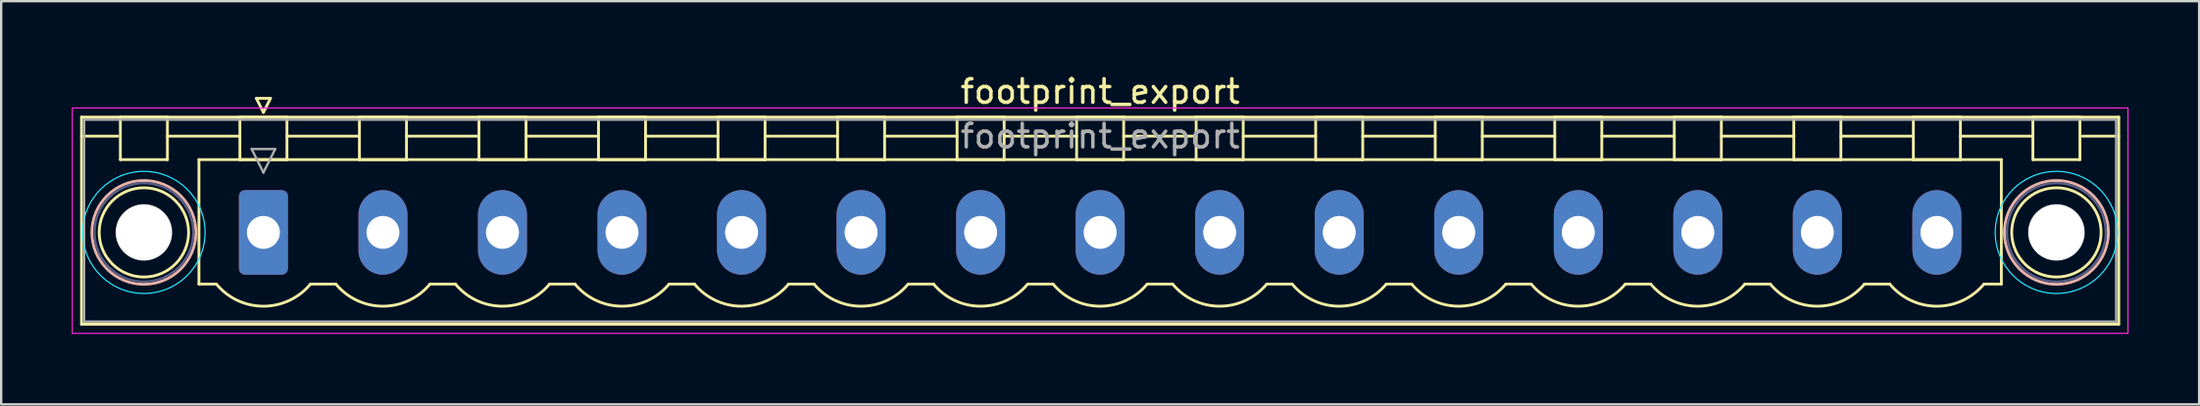
<source format=kicad_pcb>
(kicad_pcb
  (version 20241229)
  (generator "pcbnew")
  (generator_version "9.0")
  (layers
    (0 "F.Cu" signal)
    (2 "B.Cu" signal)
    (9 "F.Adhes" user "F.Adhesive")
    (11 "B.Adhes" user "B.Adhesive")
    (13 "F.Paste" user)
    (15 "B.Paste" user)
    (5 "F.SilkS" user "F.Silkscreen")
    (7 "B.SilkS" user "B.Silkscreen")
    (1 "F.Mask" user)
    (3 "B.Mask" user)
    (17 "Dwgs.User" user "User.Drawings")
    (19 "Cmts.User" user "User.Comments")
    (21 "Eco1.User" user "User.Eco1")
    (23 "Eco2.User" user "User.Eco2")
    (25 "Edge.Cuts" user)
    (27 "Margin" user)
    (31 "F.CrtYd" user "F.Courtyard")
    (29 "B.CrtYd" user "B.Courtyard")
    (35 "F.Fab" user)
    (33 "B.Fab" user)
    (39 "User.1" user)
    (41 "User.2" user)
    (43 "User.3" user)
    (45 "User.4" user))
  (footprint "footprint_export"
    (layer "F.Cu")
    (at 8.145 6.848)
    (property "Reference" "footprint_export" (at 35.56 -6 0) (layer "F.SilkS") (effects (font (size 1 1) (thickness 0.15))))
    (attr through_hole)
    (fp_line (start -7.73 -4.91) (end -7.73 3.91) (stroke (width 0.12) (type solid)) (layer "F.SilkS"))
    (fp_line (start -7.73 -4.1) (end -6.19 -4.1) (stroke (width 0.12) (type solid)) (layer "F.SilkS"))
    (fp_line (start -7.73 3.91) (end 78.85 3.91) (stroke (width 0.12) (type solid)) (layer "F.SilkS"))
    (fp_line (start -6.08 -4.91) (end -4.08 -4.91) (stroke (width 0.12) (type solid)) (layer "F.SilkS"))
    (fp_line (start -6.08 -3.1) (end -6.08 -4.91) (stroke (width 0.12) (type solid)) (layer "F.SilkS"))
    (fp_line (start -4.08 -4.91) (end -4.08 -3.1) (stroke (width 0.12) (type solid)) (layer "F.SilkS"))
    (fp_line (start -4.08 -4.1) (end -1 -4.1) (stroke (width 0.12) (type solid)) (layer "F.SilkS"))
    (fp_line (start -4.08 -3.1) (end -6.08 -3.1) (stroke (width 0.12) (type solid)) (layer "F.SilkS"))
    (fp_line (start -2.74 -3.1) (end 73.86 -3.1) (stroke (width 0.12) (type solid)) (layer "F.SilkS"))
    (fp_line (start -2.74 2.2) (end -2.74 -3.1) (stroke (width 0.12) (type solid)) (layer "F.SilkS"))
    (fp_line (start -2 2.2) (end -2.74 2.2) (stroke (width 0.12) (type solid)) (layer "F.SilkS"))
    (fp_line (start -1 -4.91) (end 1 -4.91) (stroke (width 0.12) (type solid)) (layer "F.SilkS"))
    (fp_line (start -1 -3.1) (end -1 -4.91) (stroke (width 0.12) (type solid)) (layer "F.SilkS"))
    (fp_line (start -0.3 -5.71) (end 0.3 -5.71) (stroke (width 0.12) (type solid)) (layer "F.SilkS"))
    (fp_line (start 0 -5.11) (end -0.3 -5.71) (stroke (width 0.12) (type solid)) (layer "F.SilkS"))
    (fp_line (start 0.3 -5.71) (end 0 -5.11) (stroke (width 0.12) (type solid)) (layer "F.SilkS"))
    (fp_line (start 1 -4.91) (end 1 -3.1) (stroke (width 0.12) (type solid)) (layer "F.SilkS"))
    (fp_line (start 1 -4.1) (end 4.08 -4.1) (stroke (width 0.12) (type solid)) (layer "F.SilkS"))
    (fp_line (start 1 -3.1) (end -1 -3.1) (stroke (width 0.12) (type solid)) (layer "F.SilkS"))
    (fp_line (start 2 2.2) (end 3.08 2.2) (stroke (width 0.12) (type solid)) (layer "F.SilkS"))
    (fp_line (start 4.08 -4.91) (end 6.08 -4.91) (stroke (width 0.12) (type solid)) (layer "F.SilkS"))
    (fp_line (start 4.08 -3.1) (end 4.08 -4.91) (stroke (width 0.12) (type solid)) (layer "F.SilkS"))
    (fp_line (start 6.08 -4.91) (end 6.08 -3.1) (stroke (width 0.12) (type solid)) (layer "F.SilkS"))
    (fp_line (start 6.08 -4.1) (end 9.16 -4.1) (stroke (width 0.12) (type solid)) (layer "F.SilkS"))
    (fp_line (start 6.08 -3.1) (end 4.08 -3.1) (stroke (width 0.12) (type solid)) (layer "F.SilkS"))
    (fp_line (start 7.08 2.2) (end 8.16 2.2) (stroke (width 0.12) (type solid)) (layer "F.SilkS"))
    (fp_line (start 9.16 -4.91) (end 11.16 -4.91) (stroke (width 0.12) (type solid)) (layer "F.SilkS"))
    (fp_line (start 9.16 -3.1) (end 9.16 -4.91) (stroke (width 0.12) (type solid)) (layer "F.SilkS"))
    (fp_line (start 11.16 -4.91) (end 11.16 -3.1) (stroke (width 0.12) (type solid)) (layer "F.SilkS"))
    (fp_line (start 11.16 -4.1) (end 14.24 -4.1) (stroke (width 0.12) (type solid)) (layer "F.SilkS"))
    (fp_line (start 11.16 -3.1) (end 9.16 -3.1) (stroke (width 0.12) (type solid)) (layer "F.SilkS"))
    (fp_line (start 12.16 2.2) (end 13.24 2.2) (stroke (width 0.12) (type solid)) (layer "F.SilkS"))
    (fp_line (start 14.24 -4.91) (end 16.24 -4.91) (stroke (width 0.12) (type solid)) (layer "F.SilkS"))
    (fp_line (start 14.24 -3.1) (end 14.24 -4.91) (stroke (width 0.12) (type solid)) (layer "F.SilkS"))
    (fp_line (start 16.24 -4.91) (end 16.24 -3.1) (stroke (width 0.12) (type solid)) (layer "F.SilkS"))
    (fp_line (start 16.24 -4.1) (end 19.32 -4.1) (stroke (width 0.12) (type solid)) (layer "F.SilkS"))
    (fp_line (start 16.24 -3.1) (end 14.24 -3.1) (stroke (width 0.12) (type solid)) (layer "F.SilkS"))
    (fp_line (start 17.24 2.2) (end 18.32 2.2) (stroke (width 0.12) (type solid)) (layer "F.SilkS"))
    (fp_line (start 19.32 -4.91) (end 21.32 -4.91) (stroke (width 0.12) (type solid)) (layer "F.SilkS"))
    (fp_line (start 19.32 -3.1) (end 19.32 -4.91) (stroke (width 0.12) (type solid)) (layer "F.SilkS"))
    (fp_line (start 21.32 -4.91) (end 21.32 -3.1) (stroke (width 0.12) (type solid)) (layer "F.SilkS"))
    (fp_line (start 21.32 -4.1) (end 24.4 -4.1) (stroke (width 0.12) (type solid)) (layer "F.SilkS"))
    (fp_line (start 21.32 -3.1) (end 19.32 -3.1) (stroke (width 0.12) (type solid)) (layer "F.SilkS"))
    (fp_line (start 22.32 2.2) (end 23.4 2.2) (stroke (width 0.12) (type solid)) (layer "F.SilkS"))
    (fp_line (start 24.4 -4.91) (end 26.4 -4.91) (stroke (width 0.12) (type solid)) (layer "F.SilkS"))
    (fp_line (start 24.4 -3.1) (end 24.4 -4.91) (stroke (width 0.12) (type solid)) (layer "F.SilkS"))
    (fp_line (start 26.4 -4.91) (end 26.4 -3.1) (stroke (width 0.12) (type solid)) (layer "F.SilkS"))
    (fp_line (start 26.4 -4.1) (end 29.48 -4.1) (stroke (width 0.12) (type solid)) (layer "F.SilkS"))
    (fp_line (start 26.4 -3.1) (end 24.4 -3.1) (stroke (width 0.12) (type solid)) (layer "F.SilkS"))
    (fp_line (start 27.4 2.2) (end 28.48 2.2) (stroke (width 0.12) (type solid)) (layer "F.SilkS"))
    (fp_line (start 29.48 -4.91) (end 31.48 -4.91) (stroke (width 0.12) (type solid)) (layer "F.SilkS"))
    (fp_line (start 29.48 -3.1) (end 29.48 -4.91) (stroke (width 0.12) (type solid)) (layer "F.SilkS"))
    (fp_line (start 31.48 -4.91) (end 31.48 -3.1) (stroke (width 0.12) (type solid)) (layer "F.SilkS"))
    (fp_line (start 31.48 -4.1) (end 34.56 -4.1) (stroke (width 0.12) (type solid)) (layer "F.SilkS"))
    (fp_line (start 31.48 -3.1) (end 29.48 -3.1) (stroke (width 0.12) (type solid)) (layer "F.SilkS"))
    (fp_line (start 32.48 2.2) (end 33.56 2.2) (stroke (width 0.12) (type solid)) (layer "F.SilkS"))
    (fp_line (start 34.56 -4.91) (end 36.56 -4.91) (stroke (width 0.12) (type solid)) (layer "F.SilkS"))
    (fp_line (start 34.56 -3.1) (end 34.56 -4.91) (stroke (width 0.12) (type solid)) (layer "F.SilkS"))
    (fp_line (start 36.56 -4.91) (end 36.56 -3.1) (stroke (width 0.12) (type solid)) (layer "F.SilkS"))
    (fp_line (start 36.56 -4.1) (end 39.64 -4.1) (stroke (width 0.12) (type solid)) (layer "F.SilkS"))
    (fp_line (start 36.56 -3.1) (end 34.56 -3.1) (stroke (width 0.12) (type solid)) (layer "F.SilkS"))
    (fp_line (start 37.56 2.2) (end 38.64 2.2) (stroke (width 0.12) (type solid)) (layer "F.SilkS"))
    (fp_line (start 39.64 -4.91) (end 41.64 -4.91) (stroke (width 0.12) (type solid)) (layer "F.SilkS"))
    (fp_line (start 39.64 -3.1) (end 39.64 -4.91) (stroke (width 0.12) (type solid)) (layer "F.SilkS"))
    (fp_line (start 41.64 -4.91) (end 41.64 -3.1) (stroke (width 0.12) (type solid)) (layer "F.SilkS"))
    (fp_line (start 41.64 -4.1) (end 44.72 -4.1) (stroke (width 0.12) (type solid)) (layer "F.SilkS"))
    (fp_line (start 41.64 -3.1) (end 39.64 -3.1) (stroke (width 0.12) (type solid)) (layer "F.SilkS"))
    (fp_line (start 42.64 2.2) (end 43.72 2.2) (stroke (width 0.12) (type solid)) (layer "F.SilkS"))
    (fp_line (start 44.72 -4.91) (end 46.72 -4.91) (stroke (width 0.12) (type solid)) (layer "F.SilkS"))
    (fp_line (start 44.72 -3.1) (end 44.72 -4.91) (stroke (width 0.12) (type solid)) (layer "F.SilkS"))
    (fp_line (start 46.72 -4.91) (end 46.72 -3.1) (stroke (width 0.12) (type solid)) (layer "F.SilkS"))
    (fp_line (start 46.72 -4.1) (end 49.8 -4.1) (stroke (width 0.12) (type solid)) (layer "F.SilkS"))
    (fp_line (start 46.72 -3.1) (end 44.72 -3.1) (stroke (width 0.12) (type solid)) (layer "F.SilkS"))
    (fp_line (start 47.72 2.2) (end 48.8 2.2) (stroke (width 0.12) (type solid)) (layer "F.SilkS"))
    (fp_line (start 49.8 -4.91) (end 51.8 -4.91) (stroke (width 0.12) (type solid)) (layer "F.SilkS"))
    (fp_line (start 49.8 -3.1) (end 49.8 -4.91) (stroke (width 0.12) (type solid)) (layer "F.SilkS"))
    (fp_line (start 51.8 -4.91) (end 51.8 -3.1) (stroke (width 0.12) (type solid)) (layer "F.SilkS"))
    (fp_line (start 51.8 -4.1) (end 54.88 -4.1) (stroke (width 0.12) (type solid)) (layer "F.SilkS"))
    (fp_line (start 51.8 -3.1) (end 49.8 -3.1) (stroke (width 0.12) (type solid)) (layer "F.SilkS"))
    (fp_line (start 52.8 2.2) (end 53.88 2.2) (stroke (width 0.12) (type solid)) (layer "F.SilkS"))
    (fp_line (start 54.88 -4.91) (end 56.88 -4.91) (stroke (width 0.12) (type solid)) (layer "F.SilkS"))
    (fp_line (start 54.88 -3.1) (end 54.88 -4.91) (stroke (width 0.12) (type solid)) (layer "F.SilkS"))
    (fp_line (start 56.88 -4.91) (end 56.88 -3.1) (stroke (width 0.12) (type solid)) (layer "F.SilkS"))
    (fp_line (start 56.88 -4.1) (end 59.96 -4.1) (stroke (width 0.12) (type solid)) (layer "F.SilkS"))
    (fp_line (start 56.88 -3.1) (end 54.88 -3.1) (stroke (width 0.12) (type solid)) (layer "F.SilkS"))
    (fp_line (start 57.88 2.2) (end 58.96 2.2) (stroke (width 0.12) (type solid)) (layer "F.SilkS"))
    (fp_line (start 59.96 -4.91) (end 61.96 -4.91) (stroke (width 0.12) (type solid)) (layer "F.SilkS"))
    (fp_line (start 59.96 -3.1) (end 59.96 -4.91) (stroke (width 0.12) (type solid)) (layer "F.SilkS"))
    (fp_line (start 61.96 -4.91) (end 61.96 -3.1) (stroke (width 0.12) (type solid)) (layer "F.SilkS"))
    (fp_line (start 61.96 -4.1) (end 65.04 -4.1) (stroke (width 0.12) (type solid)) (layer "F.SilkS"))
    (fp_line (start 61.96 -3.1) (end 59.96 -3.1) (stroke (width 0.12) (type solid)) (layer "F.SilkS"))
    (fp_line (start 62.96 2.2) (end 64.04 2.2) (stroke (width 0.12) (type solid)) (layer "F.SilkS"))
    (fp_line (start 65.04 -4.91) (end 67.04 -4.91) (stroke (width 0.12) (type solid)) (layer "F.SilkS"))
    (fp_line (start 65.04 -3.1) (end 65.04 -4.91) (stroke (width 0.12) (type solid)) (layer "F.SilkS"))
    (fp_line (start 67.04 -4.91) (end 67.04 -3.1) (stroke (width 0.12) (type solid)) (layer "F.SilkS"))
    (fp_line (start 67.04 -4.1) (end 70.12 -4.1) (stroke (width 0.12) (type solid)) (layer "F.SilkS"))
    (fp_line (start 67.04 -3.1) (end 65.04 -3.1) (stroke (width 0.12) (type solid)) (layer "F.SilkS"))
    (fp_line (start 68.04 2.2) (end 69.12 2.2) (stroke (width 0.12) (type solid)) (layer "F.SilkS"))
    (fp_line (start 70.12 -4.91) (end 72.12 -4.91) (stroke (width 0.12) (type solid)) (layer "F.SilkS"))
    (fp_line (start 70.12 -3.1) (end 70.12 -4.91) (stroke (width 0.12) (type solid)) (layer "F.SilkS"))
    (fp_line (start 72.12 -4.91) (end 72.12 -3.1) (stroke (width 0.12) (type solid)) (layer "F.SilkS"))
    (fp_line (start 72.12 -4.1) (end 75.2 -4.1) (stroke (width 0.12) (type solid)) (layer "F.SilkS"))
    (fp_line (start 72.12 -3.1) (end 70.12 -3.1) (stroke (width 0.12) (type solid)) (layer "F.SilkS"))
    (fp_line (start 73.86 -3.1) (end 73.86 2.2) (stroke (width 0.12) (type solid)) (layer "F.SilkS"))
    (fp_line (start 73.86 2.2) (end 73.12 2.2) (stroke (width 0.12) (type solid)) (layer "F.SilkS"))
    (fp_line (start 75.2 -4.91) (end 77.2 -4.91) (stroke (width 0.12) (type solid)) (layer "F.SilkS"))
    (fp_line (start 75.2 -3.1) (end 75.2 -4.91) (stroke (width 0.12) (type solid)) (layer "F.SilkS"))
    (fp_line (start 77.2 -4.91) (end 77.2 -3.1) (stroke (width 0.12) (type solid)) (layer "F.SilkS"))
    (fp_line (start 77.2 -3.1) (end 75.2 -3.1) (stroke (width 0.12) (type solid)) (layer "F.SilkS"))
    (fp_line (start 78.85 -4.91) (end -7.73 -4.91) (stroke (width 0.12) (type solid)) (layer "F.SilkS"))
    (fp_line (start 78.85 -4.1) (end 77.31 -4.1) (stroke (width 0.12) (type solid)) (layer "F.SilkS"))
    (fp_line (start 78.85 3.91) (end 78.85 -4.91) (stroke (width 0.12) (type solid)) (layer "F.SilkS"))
    (fp_arc (start 1.986842 2.215821) (mid -0.010289 3.142758) (end -2 2.2) (stroke (width 0.12) (type solid)) (layer "F.SilkS"))
    (fp_arc (start 7.066842 2.215821) (mid 5.069711 3.142758) (end 3.08 2.2) (stroke (width 0.12) (type solid)) (layer "F.SilkS"))
    (fp_arc (start 12.146842 2.215821) (mid 10.149711 3.142758) (end 8.16 2.2) (stroke (width 0.12) (type solid)) (layer "F.SilkS"))
    (fp_arc (start 17.226842 2.215821) (mid 15.229711 3.142758) (end 13.24 2.2) (stroke (width 0.12) (type solid)) (layer "F.SilkS"))
    (fp_arc (start 22.306842 2.215821) (mid 20.309711 3.142758) (end 18.32 2.2) (stroke (width 0.12) (type solid)) (layer "F.SilkS"))
    (fp_arc (start 27.386842 2.215821) (mid 25.389711 3.142758) (end 23.4 2.2) (stroke (width 0.12) (type solid)) (layer "F.SilkS"))
    (fp_arc (start 32.466842 2.215821) (mid 30.469711 3.142758) (end 28.48 2.2) (stroke (width 0.12) (type solid)) (layer "F.SilkS"))
    (fp_arc (start 37.546842 2.215821) (mid 35.549711 3.142758) (end 33.56 2.2) (stroke (width 0.12) (type solid)) (layer "F.SilkS"))
    (fp_arc (start 42.626842 2.215821) (mid 40.629711 3.142758) (end 38.64 2.2) (stroke (width 0.12) (type solid)) (layer "F.SilkS"))
    (fp_arc (start 47.706842 2.215821) (mid 45.709711 3.142758) (end 43.72 2.2) (stroke (width 0.12) (type solid)) (layer "F.SilkS"))
    (fp_arc (start 52.786842 2.215821) (mid 50.789711 3.142758) (end 48.8 2.2) (stroke (width 0.12) (type solid)) (layer "F.SilkS"))
    (fp_arc (start 57.866842 2.215821) (mid 55.869711 3.142758) (end 53.88 2.2) (stroke (width 0.12) (type solid)) (layer "F.SilkS"))
    (fp_arc (start 62.946842 2.215821) (mid 60.949711 3.142758) (end 58.96 2.2) (stroke (width 0.12) (type solid)) (layer "F.SilkS"))
    (fp_arc (start 68.026842 2.215821) (mid 66.029711 3.142758) (end 64.04 2.2) (stroke (width 0.12) (type solid)) (layer "F.SilkS"))
    (fp_arc (start 73.106842 2.215821) (mid 71.109711 3.142758) (end 69.12 2.2) (stroke (width 0.12) (type solid)) (layer "F.SilkS"))
    (fp_circle (center -5.08 0) (end -3.18 0) (stroke (width 0.12) (type solid)) (fill no) (layer "F.SilkS"))
    (fp_circle (center 76.2 0) (end 78.1 0) (stroke (width 0.12) (type solid)) (fill no) (layer "F.SilkS"))
    (fp_circle (center -5.08 0) (end -2.87 0) (stroke (width 0.12) (type solid)) (fill no) (layer "B.SilkS"))
    (fp_circle (center 76.2 0) (end 78.41 0) (stroke (width 0.12) (type solid)) (fill no) (layer "B.SilkS"))
    (fp_circle (center -5.08 0) (end -2.48 0) (stroke (width 0.05) (type solid)) (fill no) (layer "B.CrtYd"))
    (fp_circle (center 76.2 0) (end 78.8 0) (stroke (width 0.05) (type solid)) (fill no) (layer "B.CrtYd"))
    (fp_line (start -8.12 -5.3) (end -8.12 4.3) (stroke (width 0.05) (type solid)) (layer "F.CrtYd"))
    (fp_line (start -8.12 4.3) (end 79.24 4.3) (stroke (width 0.05) (type solid)) (layer "F.CrtYd"))
    (fp_line (start 79.24 -5.3) (end -8.12 -5.3) (stroke (width 0.05) (type solid)) (layer "F.CrtYd"))
    (fp_line (start 79.24 4.3) (end 79.24 -5.3) (stroke (width 0.05) (type solid)) (layer "F.CrtYd"))
    (fp_circle (center -5.08 0) (end -2.98 0) (stroke (width 0.1) (type solid)) (fill no) (layer "B.Fab"))
    (fp_circle (center 76.2 0) (end 78.3 0) (stroke (width 0.1) (type solid)) (fill no) (layer "B.Fab"))
    (fp_line (start -7.62 -4.8) (end -7.62 3.8) (stroke (width 0.1) (type solid)) (layer "F.Fab"))
    (fp_line (start -7.62 3.8) (end 78.74 3.8) (stroke (width 0.1) (type solid)) (layer "F.Fab"))
    (fp_line (start -0.5 -3.55) (end 0.5 -3.55) (stroke (width 0.1) (type solid)) (layer "F.Fab"))
    (fp_line (start 0 -2.55) (end -0.5 -3.55) (stroke (width 0.1) (type solid)) (layer "F.Fab"))
    (fp_line (start 0.5 -3.55) (end 0 -2.55) (stroke (width 0.1) (type solid)) (layer "F.Fab"))
    (fp_line (start 78.74 -4.8) (end -7.62 -4.8) (stroke (width 0.1) (type solid)) (layer "F.Fab"))
    (fp_line (start 78.74 3.8) (end 78.74 -4.8) (stroke (width 0.1) (type solid)) (layer "F.Fab"))
    (fp_text user "${REFERENCE}" (at 35.56 -4.1 0) (layer "F.Fab") (effects (font (size 1 1) (thickness 0.15))))
    (pad "" np_thru_hole circle (at -5.08 0) (size 2.4 2.4) (drill 2.4) (layers "*.Cu" "*.Mask"))
    (pad "" np_thru_hole circle (at 76.2 0) (size 2.4 2.4) (drill 2.4) (layers "*.Cu" "*.Mask"))
    (pad "1" thru_hole roundrect (at 0 0) (size 2.08 3.6) (drill 1.4) (layers "*.Cu" "*.Mask") (roundrect_rratio 0.12))
    (pad "2" thru_hole oval (at 5.08 0) (size 2.08 3.6) (drill 1.4) (layers "*.Cu" "*.Mask"))
    (pad "3" thru_hole oval (at 10.16 0) (size 2.08 3.6) (drill 1.4) (layers "*.Cu" "*.Mask"))
    (pad "4" thru_hole oval (at 15.24 0) (size 2.08 3.6) (drill 1.4) (layers "*.Cu" "*.Mask"))
    (pad "5" thru_hole oval (at 20.32 0) (size 2.08 3.6) (drill 1.4) (layers "*.Cu" "*.Mask"))
    (pad "6" thru_hole oval (at 25.4 0) (size 2.08 3.6) (drill 1.4) (layers "*.Cu" "*.Mask"))
    (pad "7" thru_hole oval (at 30.48 0) (size 2.08 3.6) (drill 1.4) (layers "*.Cu" "*.Mask"))
    (pad "8" thru_hole oval (at 35.56 0) (size 2.08 3.6) (drill 1.4) (layers "*.Cu" "*.Mask"))
    (pad "9" thru_hole oval (at 40.64 0) (size 2.08 3.6) (drill 1.4) (layers "*.Cu" "*.Mask"))
    (pad "10" thru_hole oval (at 45.72 0) (size 2.08 3.6) (drill 1.4) (layers "*.Cu" "*.Mask"))
    (pad "11" thru_hole oval (at 50.8 0) (size 2.08 3.6) (drill 1.4) (layers "*.Cu" "*.Mask"))
    (pad "12" thru_hole oval (at 55.88 0) (size 2.08 3.6) (drill 1.4) (layers "*.Cu" "*.Mask"))
    (pad "13" thru_hole oval (at 60.96 0) (size 2.08 3.6) (drill 1.4) (layers "*.Cu" "*.Mask"))
    (pad "14" thru_hole oval (at 66.04 0) (size 2.08 3.6) (drill 1.4) (layers "*.Cu" "*.Mask"))
    (pad "15" thru_hole oval (at 71.12 0) (size 2.08 3.6) (drill 1.4) (layers "*.Cu" "*.Mask")))
  (gr_rect
    (start -3 -3)
    (end 90.41 14.173)
    (stroke (width 0.1) (type default))
    (fill no)
    (layer "Edge.Cuts")))
</source>
